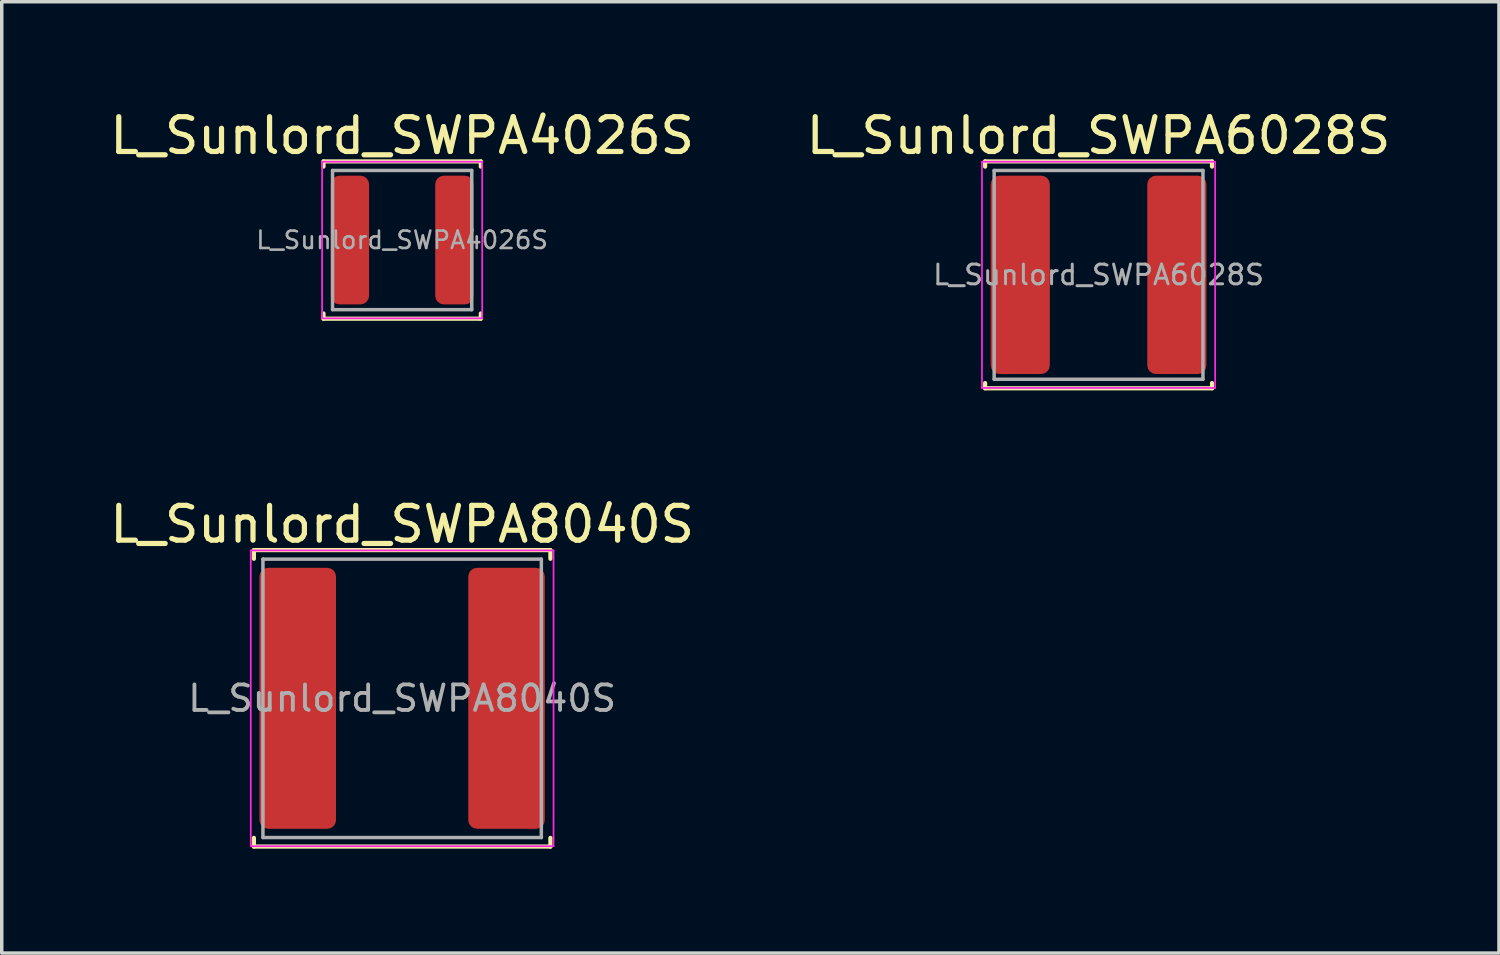
<source format=kicad_pcb>
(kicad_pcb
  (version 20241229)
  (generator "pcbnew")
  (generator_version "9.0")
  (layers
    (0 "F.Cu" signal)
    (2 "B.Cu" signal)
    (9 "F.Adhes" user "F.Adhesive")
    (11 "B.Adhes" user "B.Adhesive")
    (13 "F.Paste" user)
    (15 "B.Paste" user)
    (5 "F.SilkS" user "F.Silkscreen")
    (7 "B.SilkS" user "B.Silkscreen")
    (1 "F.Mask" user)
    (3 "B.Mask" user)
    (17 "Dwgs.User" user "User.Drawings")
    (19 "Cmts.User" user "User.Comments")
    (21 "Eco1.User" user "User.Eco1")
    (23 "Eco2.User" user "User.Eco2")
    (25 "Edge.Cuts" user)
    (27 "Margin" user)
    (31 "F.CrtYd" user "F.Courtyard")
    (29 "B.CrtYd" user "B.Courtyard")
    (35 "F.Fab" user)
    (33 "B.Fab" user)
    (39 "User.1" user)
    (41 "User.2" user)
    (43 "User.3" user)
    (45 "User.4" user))
  (footprint "L_Sunlord_SWPA4026S"
    (layer "F.Cu")
    (at 8.506 3.848)
    (property "Reference" "L_Sunlord_SWPA4026S" (at 0 -3 0) (layer "F.SilkS") (effects (font (size 1 1) (thickness 0.15))))
    (attr smd)
    (fp_line (start -2.26 -2.26) (end -2.26 -2.11) (stroke (width 0.12) (type solid)) (layer "F.SilkS"))
    (fp_line (start -2.26 -2.26) (end 2.26 -2.26) (stroke (width 0.12) (type solid)) (layer "F.SilkS"))
    (fp_line (start -2.26 2.26) (end -2.26 2.11) (stroke (width 0.12) (type solid)) (layer "F.SilkS"))
    (fp_line (start -2.26 2.26) (end 2.26 2.26) (stroke (width 0.12) (type solid)) (layer "F.SilkS"))
    (fp_line (start 2.26 -2.26) (end 2.26 -2.11) (stroke (width 0.12) (type solid)) (layer "F.SilkS"))
    (fp_line (start 2.26 2.26) (end 2.26 2.11) (stroke (width 0.12) (type solid)) (layer "F.SilkS"))
    (fp_line (start -2.3 -2.25) (end -2.3 2.25) (stroke (width 0.05) (type solid)) (layer "F.CrtYd"))
    (fp_line (start -2.3 2.25) (end 2.3 2.25) (stroke (width 0.05) (type solid)) (layer "F.CrtYd"))
    (fp_line (start 2.3 -2.25) (end -2.3 -2.25) (stroke (width 0.05) (type solid)) (layer "F.CrtYd"))
    (fp_line (start 2.3 2.25) (end 2.3 -2.25) (stroke (width 0.05) (type solid)) (layer "F.CrtYd"))
    (fp_line (start -2 -2) (end -2 2) (stroke (width 0.1) (type solid)) (layer "F.Fab"))
    (fp_line (start -2 2) (end 2 2) (stroke (width 0.1) (type solid)) (layer "F.Fab"))
    (fp_line (start 2 -2) (end -2 -2) (stroke (width 0.1) (type solid)) (layer "F.Fab"))
    (fp_line (start 2 2) (end 2 -2) (stroke (width 0.1) (type solid)) (layer "F.Fab"))
    (fp_text user "${REFERENCE}" (at 0 0 0) (layer "F.Fab") (effects (font (size 0.5 0.5) (thickness 0.075))))
    (pad "1" smd roundrect (at -1.5 0) (size 1.1 3.7) (layers "F.Cu" "F.Mask" "F.Paste") (roundrect_rratio 0.227))
    (pad "2" smd roundrect (at 1.5 0) (size 1.1 3.7) (layers "F.Cu" "F.Mask" "F.Paste") (roundrect_rratio 0.227)))
  (footprint "L_Sunlord_SWPA8040S"
    (layer "F.Cu")
    (at 8.506 17.017)
    (property "Reference" "L_Sunlord_SWPA8040S" (at 0 -5 0) (layer "F.SilkS") (effects (font (size 1 1) (thickness 0.15))))
    (attr smd)
    (fp_line (start -4.26 -4.26) (end -4.26 -4.01) (stroke (width 0.12) (type solid)) (layer "F.SilkS"))
    (fp_line (start -4.26 -4.26) (end 4.26 -4.26) (stroke (width 0.12) (type solid)) (layer "F.SilkS"))
    (fp_line (start -4.26 4.26) (end -4.26 4.01) (stroke (width 0.12) (type solid)) (layer "F.SilkS"))
    (fp_line (start -4.26 4.26) (end 4.26 4.26) (stroke (width 0.12) (type solid)) (layer "F.SilkS"))
    (fp_line (start 4.26 -4.26) (end 4.26 -4.01) (stroke (width 0.12) (type solid)) (layer "F.SilkS"))
    (fp_line (start 4.26 4.26) (end 4.26 4.01) (stroke (width 0.12) (type solid)) (layer "F.SilkS"))
    (fp_line (start -4.35 -4.25) (end -4.35 4.25) (stroke (width 0.05) (type solid)) (layer "F.CrtYd"))
    (fp_line (start -4.35 4.25) (end 4.35 4.25) (stroke (width 0.05) (type solid)) (layer "F.CrtYd"))
    (fp_line (start 4.35 -4.25) (end -4.35 -4.25) (stroke (width 0.05) (type solid)) (layer "F.CrtYd"))
    (fp_line (start 4.35 4.25) (end 4.35 -4.25) (stroke (width 0.05) (type solid)) (layer "F.CrtYd"))
    (fp_line (start -4 -4) (end -4 4) (stroke (width 0.1) (type solid)) (layer "F.Fab"))
    (fp_line (start -4 4) (end 4 4) (stroke (width 0.1) (type solid)) (layer "F.Fab"))
    (fp_line (start 4 -4) (end -4 -4) (stroke (width 0.1) (type solid)) (layer "F.Fab"))
    (fp_line (start 4 4) (end 4 -4) (stroke (width 0.1) (type solid)) (layer "F.Fab"))
    (fp_text user "${REFERENCE}" (at 0 0 0) (layer "F.Fab") (effects (font (size 0.733 0.733) (thickness 0.11))))
    (pad "1" smd roundrect (at -3 0) (size 2.2 7.5) (layers "F.Cu" "F.Mask" "F.Paste") (roundrect_rratio 0.114))
    (pad "2" smd roundrect (at 3 0) (size 2.2 7.5) (layers "F.Cu" "F.Mask" "F.Paste") (roundrect_rratio 0.114)))
  (footprint "L_Sunlord_SWPA6028S"
    (layer "F.Cu")
    (at 28.518 4.848)
    (property "Reference" "L_Sunlord_SWPA6028S" (at 0 -4 0) (layer "F.SilkS") (effects (font (size 1 1) (thickness 0.15))))
    (attr smd)
    (fp_line (start -3.26 -3.26) (end -3.26 -3.11) (stroke (width 0.12) (type solid)) (layer "F.SilkS"))
    (fp_line (start -3.26 -3.26) (end 3.26 -3.26) (stroke (width 0.12) (type solid)) (layer "F.SilkS"))
    (fp_line (start -3.26 3.26) (end -3.26 3.11) (stroke (width 0.12) (type solid)) (layer "F.SilkS"))
    (fp_line (start -3.26 3.26) (end 3.26 3.26) (stroke (width 0.12) (type solid)) (layer "F.SilkS"))
    (fp_line (start 3.26 -3.26) (end 3.26 -3.11) (stroke (width 0.12) (type solid)) (layer "F.SilkS"))
    (fp_line (start 3.26 3.26) (end 3.26 3.11) (stroke (width 0.12) (type solid)) (layer "F.SilkS"))
    (fp_line (start -3.35 -3.25) (end -3.35 3.25) (stroke (width 0.05) (type solid)) (layer "F.CrtYd"))
    (fp_line (start -3.35 3.25) (end 3.35 3.25) (stroke (width 0.05) (type solid)) (layer "F.CrtYd"))
    (fp_line (start 3.35 -3.25) (end -3.35 -3.25) (stroke (width 0.05) (type solid)) (layer "F.CrtYd"))
    (fp_line (start 3.35 3.25) (end 3.35 -3.25) (stroke (width 0.05) (type solid)) (layer "F.CrtYd"))
    (fp_line (start -3 -3) (end -3 3) (stroke (width 0.1) (type solid)) (layer "F.Fab"))
    (fp_line (start -3 3) (end 3 3) (stroke (width 0.1) (type solid)) (layer "F.Fab"))
    (fp_line (start 3 -3) (end -3 -3) (stroke (width 0.1) (type solid)) (layer "F.Fab"))
    (fp_line (start 3 3) (end 3 -3) (stroke (width 0.1) (type solid)) (layer "F.Fab"))
    (fp_text user "${REFERENCE}" (at 0 0 0) (layer "F.Fab") (effects (font (size 0.567 0.567) (thickness 0.085))))
    (pad "1" smd roundrect (at -2.25 0) (size 1.7 5.7) (layers "F.Cu" "F.Mask" "F.Paste") (roundrect_rratio 0.147))
    (pad "2" smd roundrect (at 2.25 0) (size 1.7 5.7) (layers "F.Cu" "F.Mask" "F.Paste") (roundrect_rratio 0.147)))
  (gr_rect
    (start -3 -3)
    (end 40.024 24.337)
    (stroke (width 0.1) (type default))
    (fill no)
    (layer "Edge.Cuts")))
</source>
